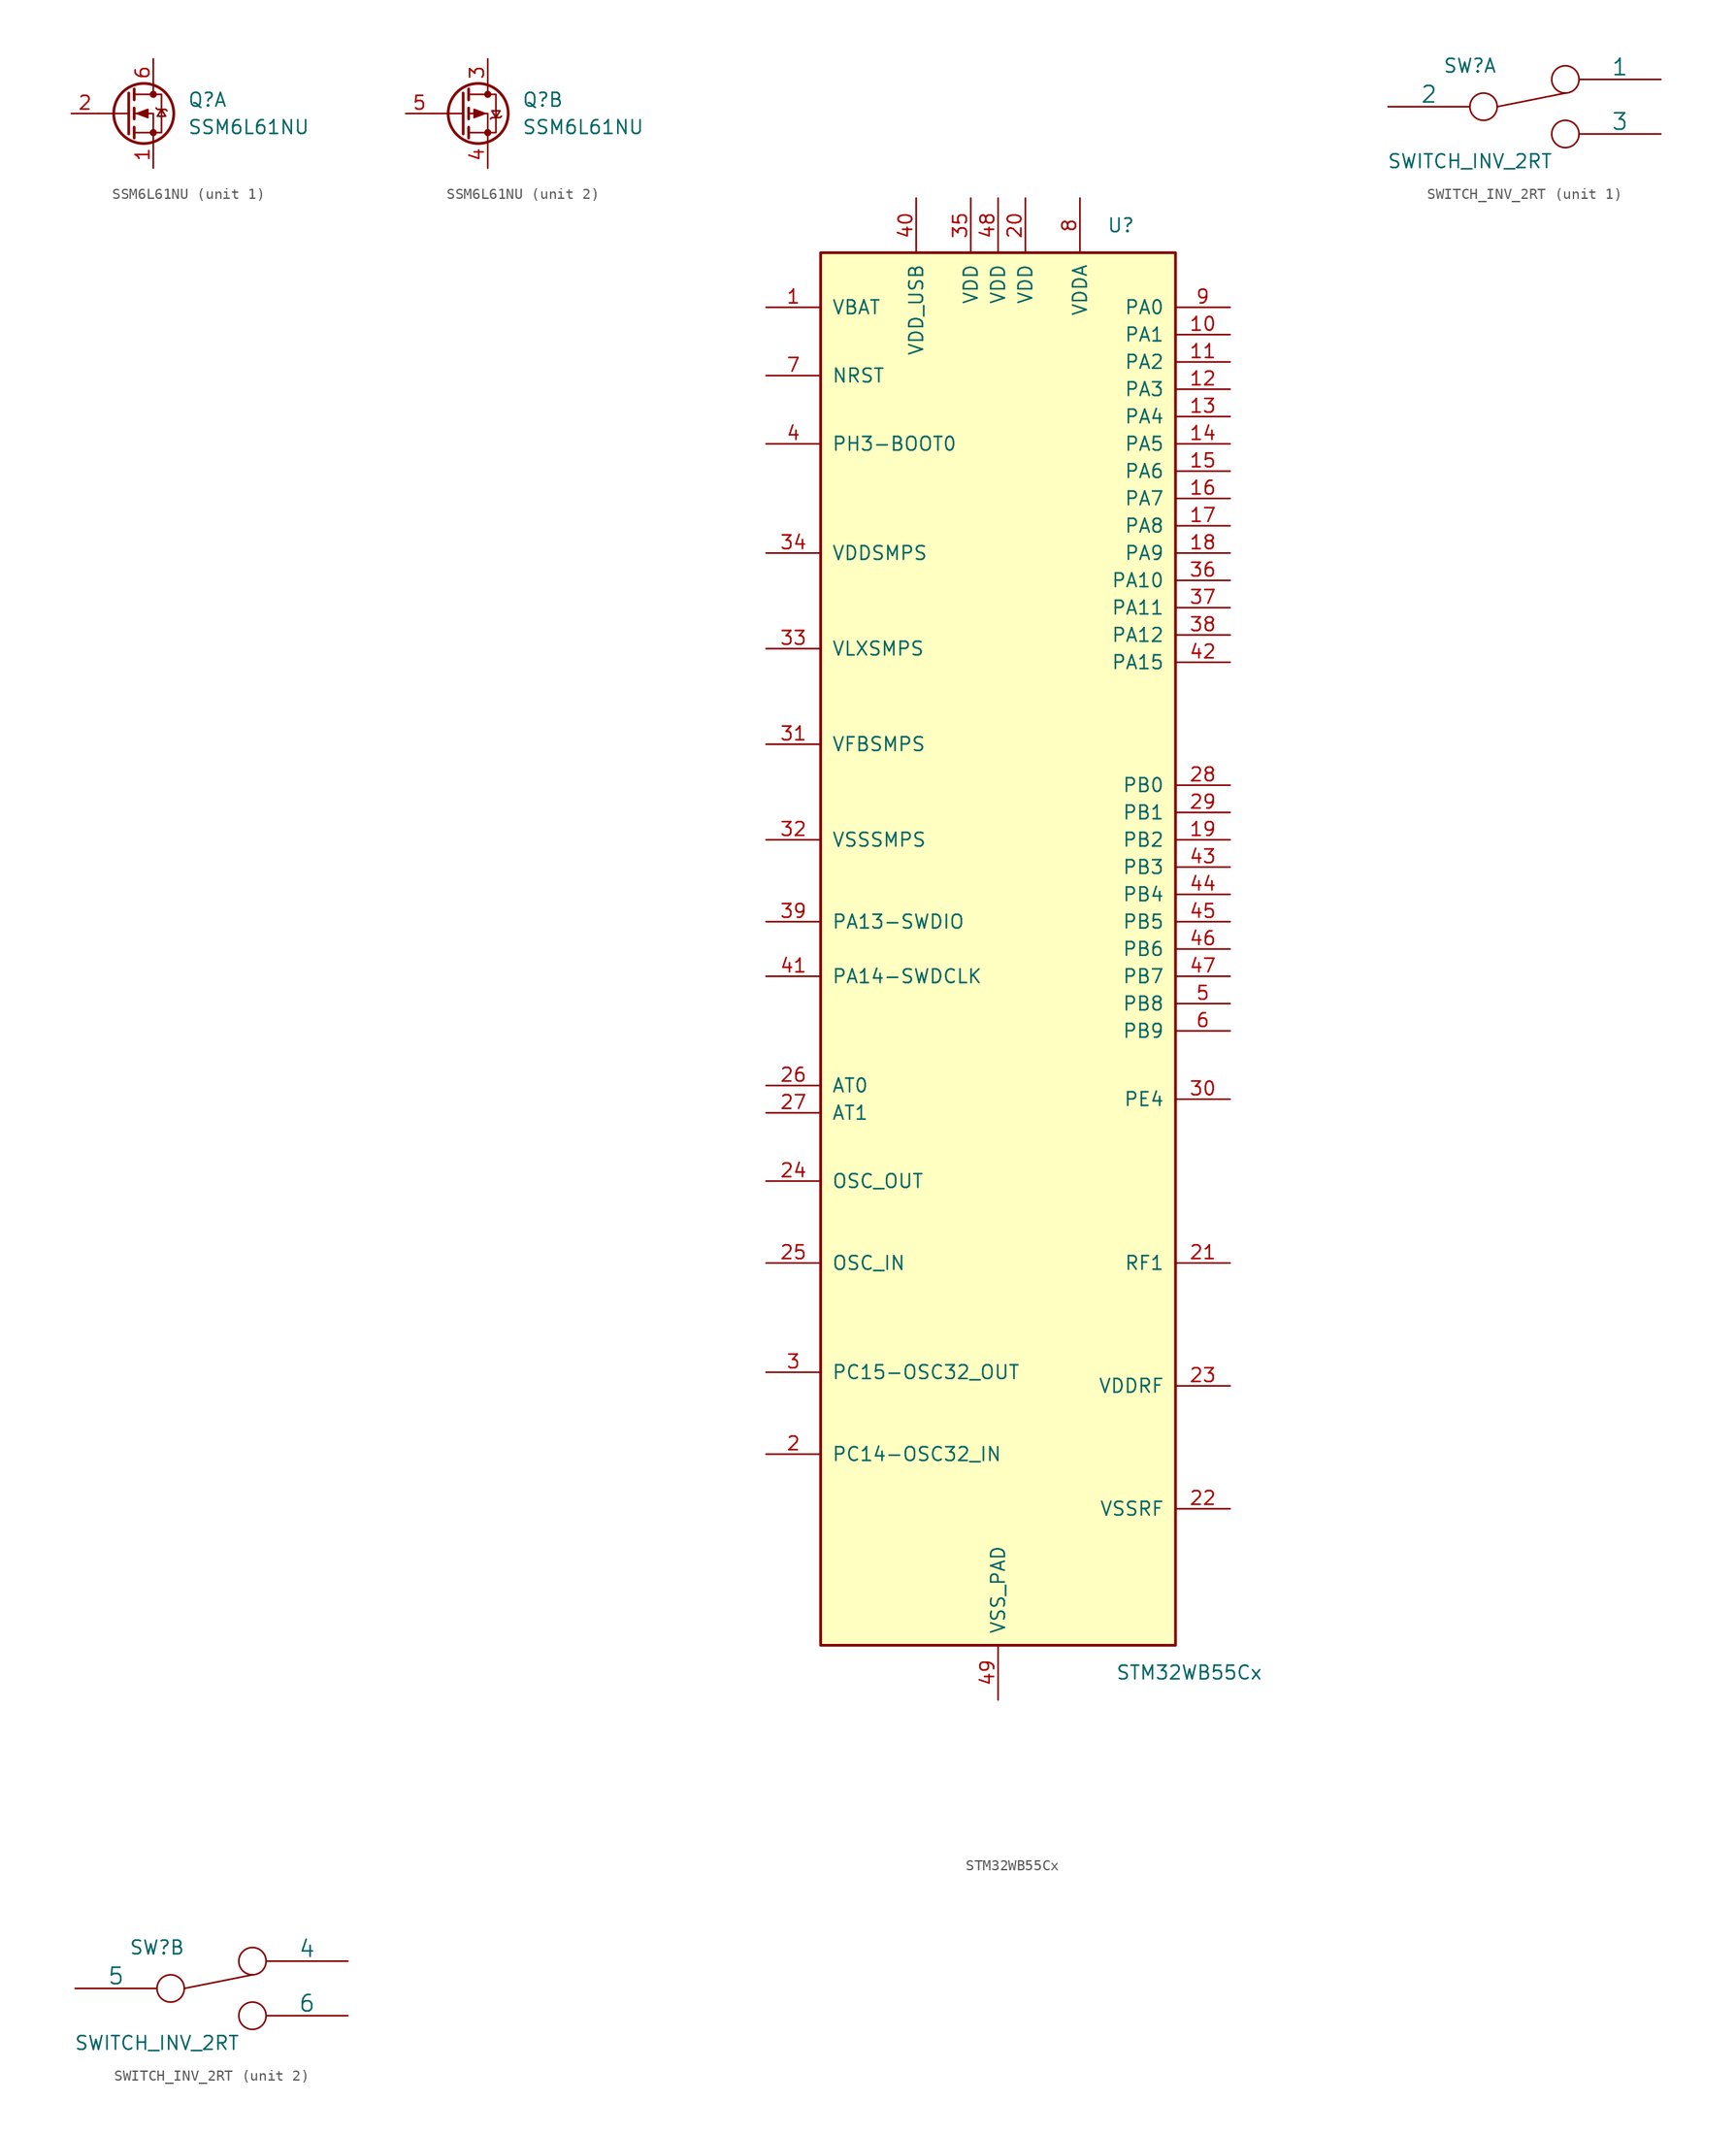
<source format=kicad_sym>
(kicad_symbol_lib
  (version 20211014)
  (generator kicad_symbol_editor)
  (symbol "SSM6L61NU"
    (pin_names hide)
    (property "Reference" "Q"
      (at 3.175 1.27 0)
      (effects (font (size 1.27 1.27)) (justify left)))
    (property "Value" "SSM6L61NU"
      (at 3.175 -1.27 0)
      (effects (font (size 1.27 1.27)) (justify left)))
    (symbol "SSM6L61NU_0_1"
      (circle (center -0.889 0) (radius 2.794) (stroke (width 0.254) (type default) (color 0 0 0 0)) (fill (type none)))
      (circle (center 0 -1.778) (radius 0.254) (stroke (width 0) (type default) (color 0 0 0 0)) (fill (type outline)))
      (polyline (pts (xy -2.286 0) (xy -5.08 0)) (stroke (width 0) (type default) (color 0 0 0 0)) (fill (type none)))
      (polyline (pts (xy -2.286 1.905) (xy -2.286 -1.905)) (stroke (width 0.254) (type default) (color 0 0 0 0)) (fill (type none)))
      (polyline (pts (xy -1.778 -1.27) (xy -1.778 -2.286)) (stroke (width 0.254) (type default) (color 0 0 0 0)) (fill (type none)))
      (polyline (pts (xy -1.778 0.508) (xy -1.778 -0.508)) (stroke (width 0.254) (type default) (color 0 0 0 0)) (fill (type none)))
      (polyline (pts (xy -1.778 2.286) (xy -1.778 1.27)) (stroke (width 0.254) (type default) (color 0 0 0 0)) (fill (type none)))
      (polyline (pts (xy 0 2.54) (xy 0 1.778)) (stroke (width 0) (type default) (color 0 0 0 0)) (fill (type none)))
      (polyline (pts (xy 0 -2.54) (xy 0 0) (xy -1.778 0)) (stroke (width 0) (type default) (color 0 0 0 0)) (fill (type none)))
      (polyline (pts (xy -1.778 -1.778) (xy 0.762 -1.778) (xy 0.762 1.778) (xy -1.778 1.778)) (stroke (width 0) (type default) (color 0 0 0 0)) (fill (type none)))
      (circle (center 0 1.778) (radius 0.254) (stroke (width 0) (type default) (color 0 0 0 0)) (fill (type outline))))
    (symbol "SSM6L61NU_1_1"
      (polyline (pts (xy -1.524 0) (xy -0.508 0.381) (xy -0.508 -0.381) (xy -1.524 0)) (stroke (width 0) (type default) (color 0 0 0 0)) (fill (type outline)))
      (polyline (pts (xy 0.254 0.508) (xy 0.381 0.381) (xy 1.143 0.381) (xy 1.27 0.254)) (stroke (width 0) (type default) (color 0 0 0 0)) (fill (type none)))
      (polyline (pts (xy 0.762 0.381) (xy 0.381 -0.254) (xy 1.143 -0.254) (xy 0.762 0.381)) (stroke (width 0) (type default) (color 0 0 0 0)) (fill (type none)))
      (pin passive line (at 0 -5.08 90) (length 2.54) (name "S" (effects (font (size 1.27 1.27)))) (number "1" (effects (font (size 1.27 1.27)))))
      (pin passive line (at -7.62 0 0) (length 2.54) (name "G" (effects (font (size 1.27 1.27)))) (number "2" (effects (font (size 1.27 1.27)))))
      (pin passive line (at 0 5.08 270) (length 2.54) (name "D" (effects (font (size 1.27 1.27)))) (number "6" (effects (font (size 1.27 1.27))))))
    (symbol "SSM6L61NU_2_1"
      (polyline (pts (xy -0.254 0) (xy -1.27 0.381) (xy -1.27 -0.381) (xy -0.254 0)) (stroke (width 0) (type default) (color 0 0 0 0)) (fill (type outline)))
      (polyline (pts (xy 0.254 -0.508) (xy 0.381 -0.381) (xy 1.143 -0.381) (xy 1.27 -0.254)) (stroke (width 0) (type default) (color 0 0 0 0)) (fill (type none)))
      (polyline (pts (xy 0.762 -0.381) (xy 0.381 0.254) (xy 1.143 0.254) (xy 0.762 -0.381)) (stroke (width 0) (type default) (color 0 0 0 0)) (fill (type none)))
      (pin passive line (at 0 5.08 270) (length 2.54) (name "D" (effects (font (size 1.27 1.27)))) (number "3" (effects (font (size 1.27 1.27)))))
      (pin passive line (at 0 -5.08 90) (length 2.54) (name "S" (effects (font (size 1.27 1.27)))) (number "4" (effects (font (size 1.27 1.27)))))
      (pin passive line (at -7.62 0 0) (length 2.54) (name "G" (effects (font (size 1.27 1.27)))) (number "5" (effects (font (size 1.27 1.27)))))))
  (symbol "STM32WB55Cx"
    (pin_names
      (offset 1.016))
    (property "Reference" "U"
      (at 11.43 64.77 0)
      (effects (font (size 1.27 1.27))))
    (property "Value" "STM32WB55Cx"
      (at 17.78 -69.85 0)
      (effects (font (size 1.27 1.27))))
    (symbol "STM32WB55Cx_1_1"
      (rectangle (start -16.51 -67.31) (end 16.51 62.23) (stroke (width 0.254) (type default) (color 0 0 0 0)) (fill (type background)))
      (pin power_in line (at -21.59 57.15 0) (length 5.08) (name "VBAT" (effects (font (size 1.27 1.27)))) (number "1" (effects (font (size 1.27 1.27)))))
      (pin bidirectional line (at 21.59 54.61 180) (length 5.08) (name "PA1" (effects (font (size 1.27 1.27)))) (number "10" (effects (font (size 1.27 1.27)))))
      (pin bidirectional line (at 21.59 52.07 180) (length 5.08) (name "PA2" (effects (font (size 1.27 1.27)))) (number "11" (effects (font (size 1.27 1.27)))))
      (pin bidirectional line (at 21.59 49.53 180) (length 5.08) (name "PA3" (effects (font (size 1.27 1.27)))) (number "12" (effects (font (size 1.27 1.27)))))
      (pin bidirectional line (at 21.59 46.99 180) (length 5.08) (name "PA4" (effects (font (size 1.27 1.27)))) (number "13" (effects (font (size 1.27 1.27)))))
      (pin bidirectional line (at 21.59 44.45 180) (length 5.08) (name "PA5" (effects (font (size 1.27 1.27)))) (number "14" (effects (font (size 1.27 1.27)))))
      (pin bidirectional line (at 21.59 41.91 180) (length 5.08) (name "PA6" (effects (font (size 1.27 1.27)))) (number "15" (effects (font (size 1.27 1.27)))))
      (pin bidirectional line (at 21.59 39.37 180) (length 5.08) (name "PA7" (effects (font (size 1.27 1.27)))) (number "16" (effects (font (size 1.27 1.27)))))
      (pin bidirectional line (at 21.59 36.83 180) (length 5.08) (name "PA8" (effects (font (size 1.27 1.27)))) (number "17" (effects (font (size 1.27 1.27)))))
      (pin bidirectional line (at 21.59 34.29 180) (length 5.08) (name "PA9" (effects (font (size 1.27 1.27)))) (number "18" (effects (font (size 1.27 1.27)))))
      (pin bidirectional line (at 21.59 7.62 180) (length 5.08) (name "PB2" (effects (font (size 1.27 1.27)))) (number "19" (effects (font (size 1.27 1.27)))))
      (pin bidirectional line (at -21.59 -49.53 0) (length 5.08) (name "PC14-OSC32_IN" (effects (font (size 1.27 1.27)))) (number "2" (effects (font (size 1.27 1.27)))))
      (pin power_in line (at 2.54 67.31 270) (length 5.08) (name "VDD" (effects (font (size 1.27 1.27)))) (number "20" (effects (font (size 1.27 1.27)))))
      (pin bidirectional line (at 21.59 -31.75 180) (length 5.08) (name "RF1" (effects (font (size 1.27 1.27)))) (number "21" (effects (font (size 1.27 1.27)))))
      (pin power_in line (at 21.59 -54.61 180) (length 5.08) (name "VSSRF" (effects (font (size 1.27 1.27)))) (number "22" (effects (font (size 1.27 1.27)))))
      (pin power_in line (at 21.59 -43.18 180) (length 5.08) (name "VDDRF" (effects (font (size 1.27 1.27)))) (number "23" (effects (font (size 1.27 1.27)))))
      (pin output line (at -21.59 -24.13 0) (length 5.08) (name "OSC_OUT" (effects (font (size 1.27 1.27)))) (number "24" (effects (font (size 1.27 1.27)))))
      (pin input line (at -21.59 -31.75 0) (length 5.08) (name "OSC_IN" (effects (font (size 1.27 1.27)))) (number "25" (effects (font (size 1.27 1.27)))))
      (pin bidirectional line (at -21.59 -15.24 0) (length 5.08) (name "AT0" (effects (font (size 1.27 1.27)))) (number "26" (effects (font (size 1.27 1.27)))))
      (pin bidirectional line (at -21.59 -17.78 0) (length 5.08) (name "AT1" (effects (font (size 1.27 1.27)))) (number "27" (effects (font (size 1.27 1.27)))))
      (pin bidirectional line (at 21.59 12.7 180) (length 5.08) (name "PB0" (effects (font (size 1.27 1.27)))) (number "28" (effects (font (size 1.27 1.27)))))
      (pin bidirectional line (at 21.59 10.16 180) (length 5.08) (name "PB1" (effects (font (size 1.27 1.27)))) (number "29" (effects (font (size 1.27 1.27)))))
      (pin bidirectional line (at -21.59 -41.91 0) (length 5.08) (name "PC15-OSC32_OUT" (effects (font (size 1.27 1.27)))) (number "3" (effects (font (size 1.27 1.27)))))
      (pin bidirectional line (at 21.59 -16.51 180) (length 5.08) (name "PE4" (effects (font (size 1.27 1.27)))) (number "30" (effects (font (size 1.27 1.27)))))
      (pin power_in line (at -21.59 16.51 0) (length 5.08) (name "VFBSMPS" (effects (font (size 1.27 1.27)))) (number "31" (effects (font (size 1.27 1.27)))))
      (pin power_in line (at -21.59 7.62 0) (length 5.08) (name "VSSSMPS" (effects (font (size 1.27 1.27)))) (number "32" (effects (font (size 1.27 1.27)))))
      (pin power_in line (at -21.59 25.4 0) (length 5.08) (name "VLXSMPS" (effects (font (size 1.27 1.27)))) (number "33" (effects (font (size 1.27 1.27)))))
      (pin power_in line (at -21.59 34.29 0) (length 5.08) (name "VDDSMPS" (effects (font (size 1.27 1.27)))) (number "34" (effects (font (size 1.27 1.27)))))
      (pin power_in line (at -2.54 67.31 270) (length 5.08) (name "VDD" (effects (font (size 1.27 1.27)))) (number "35" (effects (font (size 1.27 1.27)))))
      (pin bidirectional line (at 21.59 31.75 180) (length 5.08) (name "PA10" (effects (font (size 1.27 1.27)))) (number "36" (effects (font (size 1.27 1.27)))))
      (pin bidirectional line (at 21.59 29.21 180) (length 5.08) (name "PA11" (effects (font (size 1.27 1.27)))) (number "37" (effects (font (size 1.27 1.27)))))
      (pin bidirectional line (at 21.59 26.67 180) (length 5.08) (name "PA12" (effects (font (size 1.27 1.27)))) (number "38" (effects (font (size 1.27 1.27)))))
      (pin bidirectional line (at -21.59 0 0) (length 5.08) (name "PA13-SWDIO" (effects (font (size 1.27 1.27)))) (number "39" (effects (font (size 1.27 1.27)))))
      (pin input line (at -21.59 44.45 0) (length 5.08) (name "PH3-BOOT0" (effects (font (size 1.27 1.27)))) (number "4" (effects (font (size 1.27 1.27)))))
      (pin power_in line (at -7.62 67.31 270) (length 5.08) (name "VDD_USB" (effects (font (size 1.27 1.27)))) (number "40" (effects (font (size 1.27 1.27)))))
      (pin bidirectional line (at -21.59 -5.08 0) (length 5.08) (name "PA14-SWDCLK" (effects (font (size 1.27 1.27)))) (number "41" (effects (font (size 1.27 1.27)))))
      (pin bidirectional line (at 21.59 24.13 180) (length 5.08) (name "PA15" (effects (font (size 1.27 1.27)))) (number "42" (effects (font (size 1.27 1.27)))))
      (pin bidirectional line (at 21.59 5.08 180) (length 5.08) (name "PB3" (effects (font (size 1.27 1.27)))) (number "43" (effects (font (size 1.27 1.27)))))
      (pin bidirectional line (at 21.59 2.54 180) (length 5.08) (name "PB4" (effects (font (size 1.27 1.27)))) (number "44" (effects (font (size 1.27 1.27)))))
      (pin bidirectional line (at 21.59 0 180) (length 5.08) (name "PB5" (effects (font (size 1.27 1.27)))) (number "45" (effects (font (size 1.27 1.27)))))
      (pin bidirectional line (at 21.59 -2.54 180) (length 5.08) (name "PB6" (effects (font (size 1.27 1.27)))) (number "46" (effects (font (size 1.27 1.27)))))
      (pin bidirectional line (at 21.59 -5.08 180) (length 5.08) (name "PB7" (effects (font (size 1.27 1.27)))) (number "47" (effects (font (size 1.27 1.27)))))
      (pin power_in line (at 0 67.31 270) (length 5.08) (name "VDD" (effects (font (size 1.27 1.27)))) (number "48" (effects (font (size 1.27 1.27)))))
      (pin power_in line (at 0 -72.39 90) (length 5.08) (name "VSS_PAD" (effects (font (size 1.27 1.27)))) (number "49" (effects (font (size 1.27 1.27)))))
      (pin bidirectional line (at 21.59 -7.62 180) (length 5.08) (name "PB8" (effects (font (size 1.27 1.27)))) (number "5" (effects (font (size 1.27 1.27)))))
      (pin bidirectional line (at 21.59 -10.16 180) (length 5.08) (name "PB9" (effects (font (size 1.27 1.27)))) (number "6" (effects (font (size 1.27 1.27)))))
      (pin input line (at -21.59 50.8 0) (length 5.08) (name "NRST" (effects (font (size 1.27 1.27)))) (number "7" (effects (font (size 1.27 1.27)))))
      (pin power_in line (at 7.62 67.31 270) (length 5.08) (name "VDDA" (effects (font (size 1.27 1.27)))) (number "8" (effects (font (size 1.27 1.27)))))
      (pin bidirectional line (at 21.59 57.15 180) (length 5.08) (name "PA0" (effects (font (size 1.27 1.27)))) (number "9" (effects (font (size 1.27 1.27)))))))
  (symbol "SWITCH_INV_2RT"
    (pin_numbers hide)
    (pin_names
      (offset 0))
    (property "Reference" "SW"
      (at -5.08 3.81 0)
      (effects (font (size 1.27 1.27))))
    (property "Value" "SWITCH_INV_2RT"
      (at -5.08 -5.08 0)
      (effects (font (size 1.27 1.27))))
    (property "Footprint" ""
      (at 0 0 0)
      (effects (font (size 1.524 1.524))))
    (property "Datasheet" ""
      (at 0 0 0)
      (effects (font (size 1.524 1.524))))
    (property "ki_locked" ""
      (at 0 0 0)
      (effects (font (size 1.27 1.27))))
    (symbol "SWITCH_INV_2RT_0_0"
      (circle (center -3.81 0) (radius 1.27) (stroke (width 0) (type default) (color 0 0 0 0)) (fill (type none)))
      (circle (center 3.81 -2.54) (radius 1.27) (stroke (width 0) (type default) (color 0 0 0 0)) (fill (type none))))
    (symbol "SWITCH_INV_2RT_0_1"
      (polyline (pts (xy -2.54 0) (xy 3.81 1.27)) (stroke (width 0) (type default) (color 0 0 0 0)) (fill (type none)))
      (circle (center 3.81 2.54) (radius 1.27) (stroke (width 0) (type default) (color 0 0 0 0)) (fill (type none))))
    (symbol "SWITCH_INV_2RT_1_1"
      (pin passive line (at 12.7 2.54 180) (length 7.62) (name "1" (effects (font (size 1.524 1.524)))) (number "1" (effects (font (size 1.524 1.524)))))
      (pin passive line (at -12.7 0 0) (length 7.62) (name "2" (effects (font (size 1.524 1.524)))) (number "2" (effects (font (size 1.524 1.524)))))
      (pin passive line (at 12.7 -2.54 180) (length 7.62) (name "3" (effects (font (size 1.524 1.524)))) (number "3" (effects (font (size 1.524 1.524))))))
    (symbol "SWITCH_INV_2RT_2_1"
      (pin passive line (at 12.7 2.54 180) (length 7.62) (name "4" (effects (font (size 1.524 1.524)))) (number "4" (effects (font (size 1.524 1.524)))))
      (pin passive line (at -12.7 0 0) (length 7.62) (name "5" (effects (font (size 1.524 1.524)))) (number "5" (effects (font (size 1.524 1.524)))))
      (pin passive line (at 12.7 -2.54 180) (length 7.62) (name "6" (effects (font (size 1.524 1.524)))) (number "6" (effects (font (size 1.524 1.524))))))))
</source>
